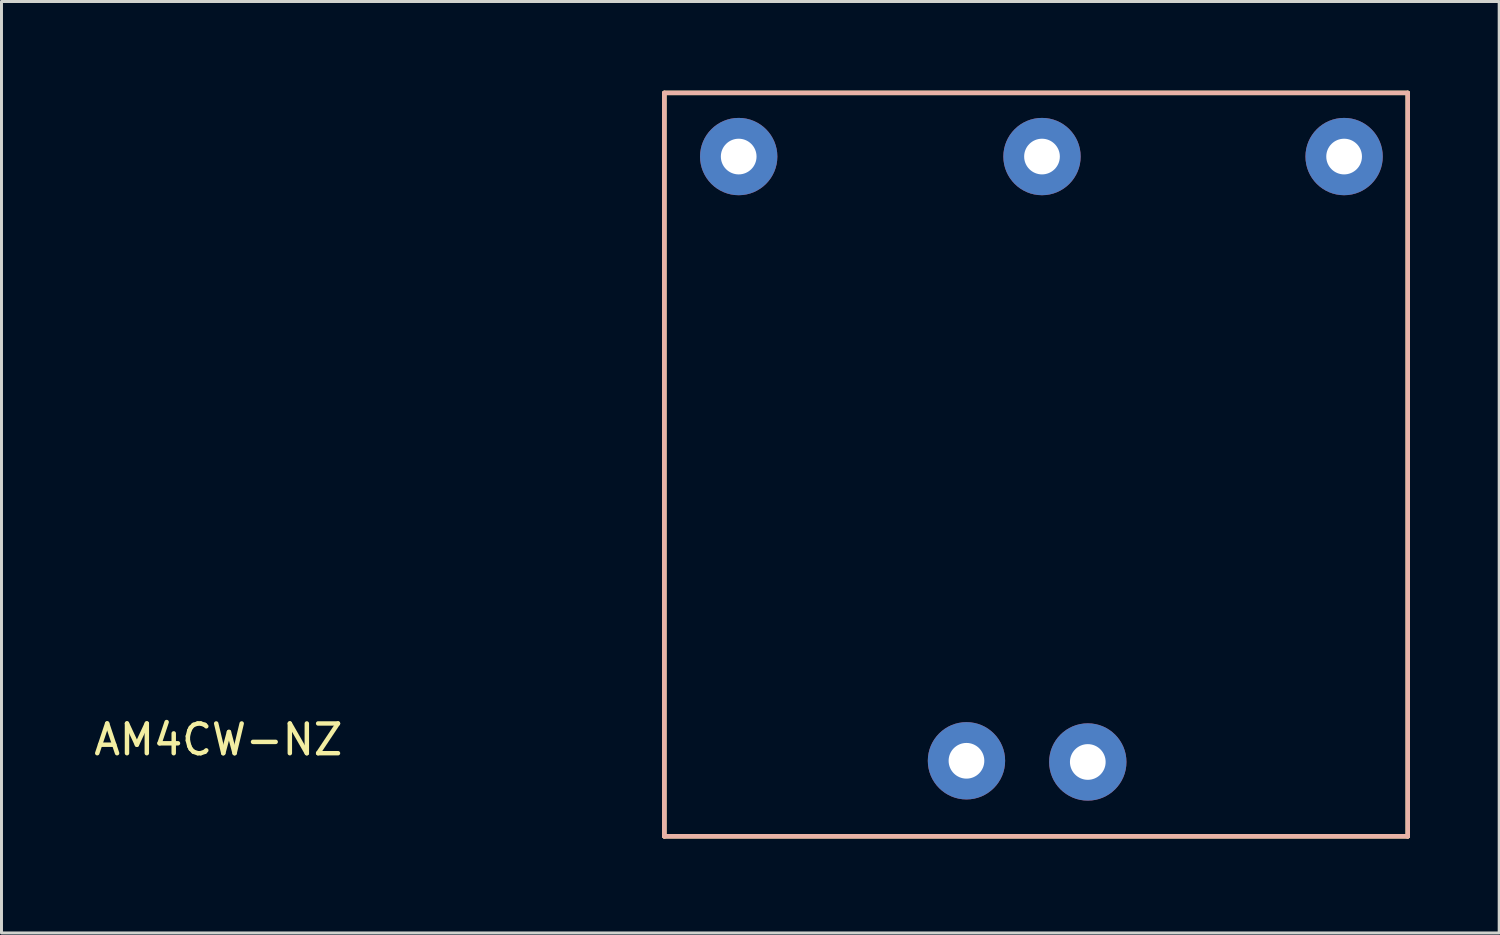
<source format=kicad_pcb>
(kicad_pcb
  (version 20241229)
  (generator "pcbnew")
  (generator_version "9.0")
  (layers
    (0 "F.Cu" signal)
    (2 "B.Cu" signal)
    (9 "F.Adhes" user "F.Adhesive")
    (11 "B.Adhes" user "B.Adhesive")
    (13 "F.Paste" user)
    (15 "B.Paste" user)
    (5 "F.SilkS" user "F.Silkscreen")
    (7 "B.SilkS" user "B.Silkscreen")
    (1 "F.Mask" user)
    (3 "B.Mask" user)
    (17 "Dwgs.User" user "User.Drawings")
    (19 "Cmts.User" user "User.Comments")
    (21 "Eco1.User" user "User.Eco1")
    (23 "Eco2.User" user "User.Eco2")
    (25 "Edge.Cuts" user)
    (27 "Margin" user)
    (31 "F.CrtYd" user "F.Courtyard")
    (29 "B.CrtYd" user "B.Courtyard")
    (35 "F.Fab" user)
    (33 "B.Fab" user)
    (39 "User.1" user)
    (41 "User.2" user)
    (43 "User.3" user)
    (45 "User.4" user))
  (footprint "AM4CW-NZ"
    (layer "F.Cu")
    (at 19.292 25.075)
    (property "Reference" "AM4CW-NZ" (at -15 -3.25 0) (layer "F.SilkS") (effects (font (size 1 1) (thickness 0.15))))
    (attr through_hole)
    (fp_line (start 0 -25) (end 25 -25) (stroke (width 0.15) (type solid)) (layer "F.Mask"))
    (fp_line (start 0 0) (end 0 -25) (stroke (width 0.15) (type solid)) (layer "F.Mask"))
    (fp_line (start 25 -25) (end 25 0) (stroke (width 0.15) (type solid)) (layer "F.Mask"))
    (fp_line (start 25 0) (end 0 0) (stroke (width 0.15) (type solid)) (layer "F.Mask"))
    (fp_line (start 0 -25) (end 25 -25) (stroke (width 0.15) (type solid)) (layer "B.Mask"))
    (fp_line (start 0 0) (end 0 -25) (stroke (width 0.15) (type solid)) (layer "B.Mask"))
    (fp_line (start 25 -25) (end 25 0) (stroke (width 0.15) (type solid)) (layer "B.Mask"))
    (fp_line (start 25 0) (end 0 0) (stroke (width 0.15) (type solid)) (layer "B.Mask"))
    (fp_line (start 0 -25) (end 25 -25) (stroke (width 0.15) (type solid)) (layer "F.SilkS"))
    (fp_line (start 0 0) (end 0 -25) (stroke (width 0.15) (type solid)) (layer "F.SilkS"))
    (fp_line (start 25 -25) (end 25 0) (stroke (width 0.15) (type solid)) (layer "F.SilkS"))
    (fp_line (start 25 0) (end 0 0) (stroke (width 0.15) (type solid)) (layer "F.SilkS"))
    (fp_line (start 0 -25) (end 0 0) (stroke (width 0.15) (type solid)) (layer "B.SilkS"))
    (fp_line (start 0 -25) (end 25 -25) (stroke (width 0.15) (type solid)) (layer "B.SilkS"))
    (fp_line (start 25 -25) (end 25 0) (stroke (width 0.15) (type solid)) (layer "B.SilkS"))
    (fp_line (start 25 0) (end 0 0) (stroke (width 0.15) (type solid)) (layer "B.SilkS"))
    (pad "1" thru_hole circle (at 10.16 -2.54) (size 2.6 2.6) (drill 1.2) (layers "*.Cu" "*.Mask"))
    (pad "2" thru_hole circle (at 14.24 -2.5) (size 2.6 2.6) (drill 1.2) (layers "*.Cu" "*.Mask"))
    (pad "3" thru_hole circle (at 2.5 -22.86) (size 2.6 2.6) (drill 1.2) (layers "*.Cu" "*.Mask"))
    (pad "4" thru_hole circle (at 12.7 -22.86) (size 2.6 2.6) (drill 1.2) (layers "*.Cu" "*.Mask"))
    (pad "5" thru_hole circle (at 22.86 -22.86) (size 2.6 2.6) (drill 1.2) (layers "*.Cu" "*.Mask")))
  (gr_rect
    (start -3 -3)
    (end 47.367 28.325)
    (stroke (width 0.1) (type default))
    (fill no)
    (layer "Edge.Cuts")))
</source>
